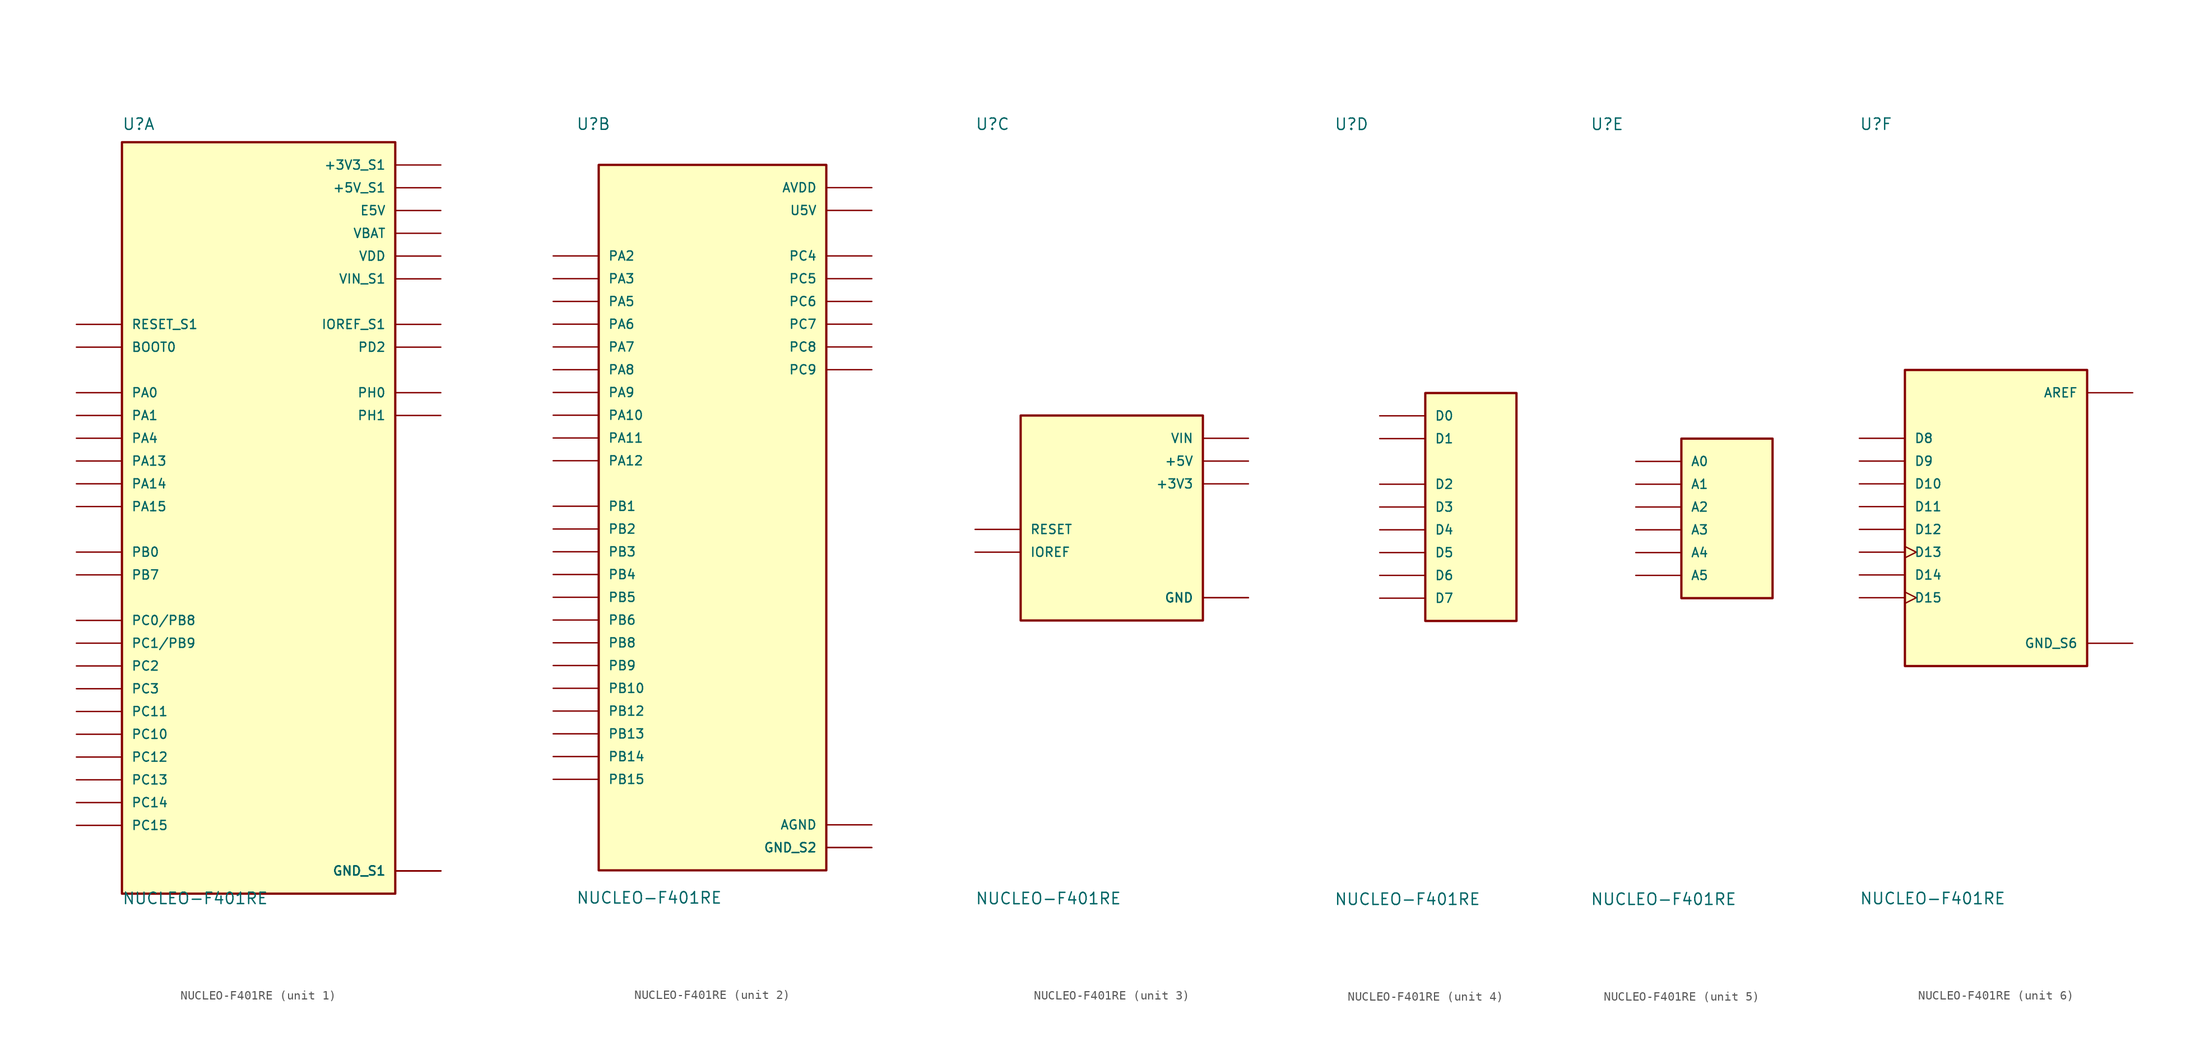
<source format=kicad_sym>
(kicad_symbol_lib
  (version 20231120)
  (generator "kicad_symbol_editor")
  (generator_version "8.0")
  (symbol "NUCLEO-F401RE"
    (pin_numbers hide)
    (pin_names
      (offset 1.016))
    (property "Reference" "U"
      (at -15.24 41.91 0)
      (effects (font (size 1.27 1.27)) (justify left bottom)))
    (property "Value" "NUCLEO-F401RE"
      (at -15.24 -44.45 0)
      (effects (font (size 1.27 1.27)) (justify left bottom)))
    (property "ki_locked" ""
      (at 0 0 0)
      (effects (font (size 1.27 1.27))))
    (symbol "NUCLEO-F401RE_1_0"
      (rectangle (start -15.24 -43.18) (end 15.24 40.64) (stroke (width 0.254) (type default)) (fill (type background)))
      (pin bidirectional line (at -20.32 -25.4 0) (length 5.08) (name "PC10" (effects (font (size 1.016 1.016)))) (number "CN7_1" (effects (font (size 1.016 1.016)))))
      (pin bidirectional line (at 20.32 20.32 180) (length 5.08) (name "IOREF_S1" (effects (font (size 1.016 1.016)))) (number "CN7_12" (effects (font (size 1.016 1.016)))))
      (pin bidirectional line (at -20.32 5.08 0) (length 5.08) (name "PA13" (effects (font (size 1.016 1.016)))) (number "CN7_13" (effects (font (size 1.016 1.016)))))
      (pin bidirectional line (at -20.32 20.32 0) (length 5.08) (name "RESET_S1" (effects (font (size 1.016 1.016)))) (number "CN7_14" (effects (font (size 1.016 1.016)))))
      (pin bidirectional line (at -20.32 2.54 0) (length 5.08) (name "PA14" (effects (font (size 1.016 1.016)))) (number "CN7_15" (effects (font (size 1.016 1.016)))))
      (pin power_in line (at 20.32 38.1 180) (length 5.08) (name "+3V3_S1" (effects (font (size 1.016 1.016)))) (number "CN7_16" (effects (font (size 1.016 1.016)))))
      (pin bidirectional line (at -20.32 0 0) (length 5.08) (name "PA15" (effects (font (size 1.016 1.016)))) (number "CN7_17" (effects (font (size 1.016 1.016)))))
      (pin power_in line (at 20.32 35.56 180) (length 5.08) (name "+5V_S1" (effects (font (size 1.016 1.016)))) (number "CN7_18" (effects (font (size 1.016 1.016)))))
      (pin power_in line (at 20.32 -40.64 180) (length 5.08) (name "GND_S1" (effects (font (size 1.016 1.016)))) (number "CN7_19" (effects (font (size 1.016 1.016)))))
      (pin bidirectional line (at -20.32 -22.86 0) (length 5.08) (name "PC11" (effects (font (size 1.016 1.016)))) (number "CN7_2" (effects (font (size 1.016 1.016)))))
      (pin power_in line (at 20.32 -40.64 180) (length 5.08) (name "GND_S1" (effects (font (size 1.016 1.016)))) (number "CN7_20" (effects (font (size 1.016 1.016)))))
      (pin bidirectional line (at -20.32 -7.62 0) (length 5.08) (name "PB7" (effects (font (size 1.016 1.016)))) (number "CN7_21" (effects (font (size 1.016 1.016)))))
      (pin power_in line (at 20.32 -40.64 180) (length 5.08) (name "GND_S1" (effects (font (size 1.016 1.016)))) (number "CN7_22" (effects (font (size 1.016 1.016)))))
      (pin bidirectional line (at -20.32 -30.48 0) (length 5.08) (name "PC13" (effects (font (size 1.016 1.016)))) (number "CN7_23" (effects (font (size 1.016 1.016)))))
      (pin power_in line (at 20.32 25.4 180) (length 5.08) (name "VIN_S1" (effects (font (size 1.016 1.016)))) (number "CN7_24" (effects (font (size 1.016 1.016)))))
      (pin bidirectional line (at -20.32 -33.02 0) (length 5.08) (name "PC14" (effects (font (size 1.016 1.016)))) (number "CN7_25" (effects (font (size 1.016 1.016)))))
      (pin bidirectional line (at -20.32 -35.56 0) (length 5.08) (name "PC15" (effects (font (size 1.016 1.016)))) (number "CN7_27" (effects (font (size 1.016 1.016)))))
      (pin bidirectional line (at -20.32 12.7 0) (length 5.08) (name "PA0" (effects (font (size 1.016 1.016)))) (number "CN7_28" (effects (font (size 1.016 1.016)))))
      (pin bidirectional line (at 20.32 12.7 180) (length 5.08) (name "PH0" (effects (font (size 1.016 1.016)))) (number "CN7_29" (effects (font (size 1.016 1.016)))))
      (pin bidirectional line (at -20.32 -27.94 0) (length 5.08) (name "PC12" (effects (font (size 1.016 1.016)))) (number "CN7_3" (effects (font (size 1.016 1.016)))))
      (pin bidirectional line (at -20.32 10.16 0) (length 5.08) (name "PA1" (effects (font (size 1.016 1.016)))) (number "CN7_30" (effects (font (size 1.016 1.016)))))
      (pin bidirectional line (at 20.32 10.16 180) (length 5.08) (name "PH1" (effects (font (size 1.016 1.016)))) (number "CN7_31" (effects (font (size 1.016 1.016)))))
      (pin bidirectional line (at -20.32 7.62 0) (length 5.08) (name "PA4" (effects (font (size 1.016 1.016)))) (number "CN7_32" (effects (font (size 1.016 1.016)))))
      (pin power_in line (at 20.32 30.48 180) (length 5.08) (name "VBAT" (effects (font (size 1.016 1.016)))) (number "CN7_33" (effects (font (size 1.016 1.016)))))
      (pin bidirectional line (at -20.32 -5.08 0) (length 5.08) (name "PB0" (effects (font (size 1.016 1.016)))) (number "CN7_34" (effects (font (size 1.016 1.016)))))
      (pin bidirectional line (at -20.32 -17.78 0) (length 5.08) (name "PC2" (effects (font (size 1.016 1.016)))) (number "CN7_35" (effects (font (size 1.016 1.016)))))
      (pin bidirectional line (at -20.32 -15.24 0) (length 5.08) (name "PC1/PB9" (effects (font (size 1.016 1.016)))) (number "CN7_36" (effects (font (size 1.016 1.016)))))
      (pin bidirectional line (at -20.32 -20.32 0) (length 5.08) (name "PC3" (effects (font (size 1.016 1.016)))) (number "CN7_37" (effects (font (size 1.016 1.016)))))
      (pin bidirectional line (at -20.32 -12.7 0) (length 5.08) (name "PC0/PB8" (effects (font (size 1.016 1.016)))) (number "CN7_38" (effects (font (size 1.016 1.016)))))
      (pin bidirectional line (at 20.32 17.78 180) (length 5.08) (name "PD2" (effects (font (size 1.016 1.016)))) (number "CN7_4" (effects (font (size 1.016 1.016)))))
      (pin power_in line (at 20.32 27.94 180) (length 5.08) (name "VDD" (effects (font (size 1.016 1.016)))) (number "CN7_5" (effects (font (size 1.016 1.016)))))
      (pin power_in line (at 20.32 33.02 180) (length 5.08) (name "E5V" (effects (font (size 1.016 1.016)))) (number "CN7_6" (effects (font (size 1.016 1.016)))))
      (pin bidirectional line (at -20.32 17.78 0) (length 5.08) (name "BOOT0" (effects (font (size 1.016 1.016)))) (number "CN7_7" (effects (font (size 1.016 1.016)))))
      (pin power_in line (at 20.32 -40.64 180) (length 5.08) (name "GND_S1" (effects (font (size 1.016 1.016)))) (number "CN7_8" (effects (font (size 1.016 1.016))))))
    (symbol "NUCLEO-F401RE_2_0"
      (rectangle (start -12.7 -40.64) (end 12.7 38.1) (stroke (width 0.254) (type default)) (fill (type background)))
      (pin bidirectional line (at 17.78 15.24 180) (length 5.08) (name "PC9" (effects (font (size 1.016 1.016)))) (number "CN10_1" (effects (font (size 1.016 1.016)))))
      (pin bidirectional line (at -17.78 22.86 0) (length 5.08) (name "PA5" (effects (font (size 1.016 1.016)))) (number "CN10_11" (effects (font (size 1.016 1.016)))))
      (pin bidirectional line (at -17.78 5.08 0) (length 5.08) (name "PA12" (effects (font (size 1.016 1.016)))) (number "CN10_12" (effects (font (size 1.016 1.016)))))
      (pin bidirectional line (at -17.78 20.32 0) (length 5.08) (name "PA6" (effects (font (size 1.016 1.016)))) (number "CN10_13" (effects (font (size 1.016 1.016)))))
      (pin bidirectional line (at -17.78 7.62 0) (length 5.08) (name "PA11" (effects (font (size 1.016 1.016)))) (number "CN10_14" (effects (font (size 1.016 1.016)))))
      (pin bidirectional line (at -17.78 17.78 0) (length 5.08) (name "PA7" (effects (font (size 1.016 1.016)))) (number "CN10_15" (effects (font (size 1.016 1.016)))))
      (pin bidirectional line (at -17.78 -22.86 0) (length 5.08) (name "PB12" (effects (font (size 1.016 1.016)))) (number "CN10_16" (effects (font (size 1.016 1.016)))))
      (pin bidirectional line (at -17.78 -12.7 0) (length 5.08) (name "PB6" (effects (font (size 1.016 1.016)))) (number "CN10_17" (effects (font (size 1.016 1.016)))))
      (pin bidirectional line (at 17.78 20.32 180) (length 5.08) (name "PC7" (effects (font (size 1.016 1.016)))) (number "CN10_19" (effects (font (size 1.016 1.016)))))
      (pin bidirectional line (at 17.78 17.78 180) (length 5.08) (name "PC8" (effects (font (size 1.016 1.016)))) (number "CN10_2" (effects (font (size 1.016 1.016)))))
      (pin power_in line (at 17.78 -38.1 180) (length 5.08) (name "GND_S2" (effects (font (size 1.016 1.016)))) (number "CN10_20" (effects (font (size 1.016 1.016)))))
      (pin bidirectional line (at -17.78 12.7 0) (length 5.08) (name "PA9" (effects (font (size 1.016 1.016)))) (number "CN10_21" (effects (font (size 1.016 1.016)))))
      (pin bidirectional line (at -17.78 -2.54 0) (length 5.08) (name "PB2" (effects (font (size 1.016 1.016)))) (number "CN10_22" (effects (font (size 1.016 1.016)))))
      (pin bidirectional line (at -17.78 15.24 0) (length 5.08) (name "PA8" (effects (font (size 1.016 1.016)))) (number "CN10_23" (effects (font (size 1.016 1.016)))))
      (pin bidirectional line (at -17.78 0 0) (length 5.08) (name "PB1" (effects (font (size 1.016 1.016)))) (number "CN10_24" (effects (font (size 1.016 1.016)))))
      (pin bidirectional line (at -17.78 -20.32 0) (length 5.08) (name "PB10" (effects (font (size 1.016 1.016)))) (number "CN10_25" (effects (font (size 1.016 1.016)))))
      (pin bidirectional line (at -17.78 -30.48 0) (length 5.08) (name "PB15" (effects (font (size 1.016 1.016)))) (number "CN10_26" (effects (font (size 1.016 1.016)))))
      (pin bidirectional line (at -17.78 -7.62 0) (length 5.08) (name "PB4" (effects (font (size 1.016 1.016)))) (number "CN10_27" (effects (font (size 1.016 1.016)))))
      (pin bidirectional line (at -17.78 -27.94 0) (length 5.08) (name "PB14" (effects (font (size 1.016 1.016)))) (number "CN10_28" (effects (font (size 1.016 1.016)))))
      (pin bidirectional line (at -17.78 -10.16 0) (length 5.08) (name "PB5" (effects (font (size 1.016 1.016)))) (number "CN10_29" (effects (font (size 1.016 1.016)))))
      (pin bidirectional line (at -17.78 -15.24 0) (length 5.08) (name "PB8" (effects (font (size 1.016 1.016)))) (number "CN10_3" (effects (font (size 1.016 1.016)))))
      (pin bidirectional line (at -17.78 -25.4 0) (length 5.08) (name "PB13" (effects (font (size 1.016 1.016)))) (number "CN10_30" (effects (font (size 1.016 1.016)))))
      (pin bidirectional line (at -17.78 -5.08 0) (length 5.08) (name "PB3" (effects (font (size 1.016 1.016)))) (number "CN10_31" (effects (font (size 1.016 1.016)))))
      (pin power_in line (at 17.78 -35.56 180) (length 5.08) (name "AGND" (effects (font (size 1.016 1.016)))) (number "CN10_32" (effects (font (size 1.016 1.016)))))
      (pin bidirectional line (at -17.78 10.16 0) (length 5.08) (name "PA10" (effects (font (size 1.016 1.016)))) (number "CN10_33" (effects (font (size 1.016 1.016)))))
      (pin bidirectional line (at 17.78 27.94 180) (length 5.08) (name "PC4" (effects (font (size 1.016 1.016)))) (number "CN10_34" (effects (font (size 1.016 1.016)))))
      (pin bidirectional line (at -17.78 27.94 0) (length 5.08) (name "PA2" (effects (font (size 1.016 1.016)))) (number "CN10_35" (effects (font (size 1.016 1.016)))))
      (pin bidirectional line (at -17.78 25.4 0) (length 5.08) (name "PA3" (effects (font (size 1.016 1.016)))) (number "CN10_37" (effects (font (size 1.016 1.016)))))
      (pin bidirectional line (at 17.78 22.86 180) (length 5.08) (name "PC6" (effects (font (size 1.016 1.016)))) (number "CN10_4" (effects (font (size 1.016 1.016)))))
      (pin bidirectional line (at -17.78 -17.78 0) (length 5.08) (name "PB9" (effects (font (size 1.016 1.016)))) (number "CN10_5" (effects (font (size 1.016 1.016)))))
      (pin bidirectional line (at 17.78 25.4 180) (length 5.08) (name "PC5" (effects (font (size 1.016 1.016)))) (number "CN10_6" (effects (font (size 1.016 1.016)))))
      (pin power_in line (at 17.78 35.56 180) (length 5.08) (name "AVDD" (effects (font (size 1.016 1.016)))) (number "CN10_7" (effects (font (size 1.016 1.016)))))
      (pin power_in line (at 17.78 33.02 180) (length 5.08) (name "U5V" (effects (font (size 1.016 1.016)))) (number "CN10_8" (effects (font (size 1.016 1.016)))))
      (pin power_in line (at 17.78 -38.1 180) (length 5.08) (name "GND_S2" (effects (font (size 1.016 1.016)))) (number "CN10_9" (effects (font (size 1.016 1.016))))))
    (symbol "NUCLEO-F401RE_3_0"
      (rectangle (start -10.16 -12.7) (end 10.16 10.16) (stroke (width 0.254) (type default)) (fill (type background)))
      (pin bidirectional line (at -15.24 -5.08 0) (length 5.08) (name "IOREF" (effects (font (size 1.016 1.016)))) (number "CN6_2" (effects (font (size 1.016 1.016)))))
      (pin bidirectional line (at -15.24 -2.54 0) (length 5.08) (name "RESET" (effects (font (size 1.016 1.016)))) (number "CN6_3" (effects (font (size 1.016 1.016)))))
      (pin power_in line (at 15.24 2.54 180) (length 5.08) (name "+3V3" (effects (font (size 1.016 1.016)))) (number "CN6_4" (effects (font (size 1.016 1.016)))))
      (pin power_in line (at 15.24 5.08 180) (length 5.08) (name "+5V" (effects (font (size 1.016 1.016)))) (number "CN6_5" (effects (font (size 1.016 1.016)))))
      (pin power_in line (at 15.24 -10.16 180) (length 5.08) (name "GND" (effects (font (size 1.016 1.016)))) (number "CN6_6" (effects (font (size 1.016 1.016)))))
      (pin power_in line (at 15.24 -10.16 180) (length 5.08) (name "GND" (effects (font (size 1.016 1.016)))) (number "CN6_7" (effects (font (size 1.016 1.016)))))
      (pin power_in line (at 15.24 7.62 180) (length 5.08) (name "VIN" (effects (font (size 1.016 1.016)))) (number "CN6_8" (effects (font (size 1.016 1.016))))))
    (symbol "NUCLEO-F401RE_4_0"
      (rectangle (start -5.08 -12.7) (end 5.08 12.7) (stroke (width 0.254) (type default)) (fill (type background)))
      (pin input line (at -10.16 10.16 0) (length 5.08) (name "D0" (effects (font (size 1.016 1.016)))) (number "CN9_1" (effects (font (size 1.016 1.016)))))
      (pin output line (at -10.16 7.62 0) (length 5.08) (name "D1" (effects (font (size 1.016 1.016)))) (number "CN9_2" (effects (font (size 1.016 1.016)))))
      (pin bidirectional line (at -10.16 2.54 0) (length 5.08) (name "D2" (effects (font (size 1.016 1.016)))) (number "CN9_3" (effects (font (size 1.016 1.016)))))
      (pin bidirectional line (at -10.16 0 0) (length 5.08) (name "D3" (effects (font (size 1.016 1.016)))) (number "CN9_4" (effects (font (size 1.016 1.016)))))
      (pin bidirectional line (at -10.16 -2.54 0) (length 5.08) (name "D4" (effects (font (size 1.016 1.016)))) (number "CN9_5" (effects (font (size 1.016 1.016)))))
      (pin bidirectional line (at -10.16 -5.08 0) (length 5.08) (name "D5" (effects (font (size 1.016 1.016)))) (number "CN9_6" (effects (font (size 1.016 1.016)))))
      (pin bidirectional line (at -10.16 -7.62 0) (length 5.08) (name "D6" (effects (font (size 1.016 1.016)))) (number "CN9_7" (effects (font (size 1.016 1.016)))))
      (pin bidirectional line (at -10.16 -10.16 0) (length 5.08) (name "D7" (effects (font (size 1.016 1.016)))) (number "CN9_8" (effects (font (size 1.016 1.016))))))
    (symbol "NUCLEO-F401RE_5_0"
      (rectangle (start -5.08 -10.16) (end 5.08 7.62) (stroke (width 0.254) (type default)) (fill (type background)))
      (pin input line (at -10.16 5.08 0) (length 5.08) (name "A0" (effects (font (size 1.016 1.016)))) (number "CN8_1" (effects (font (size 1.016 1.016)))))
      (pin input line (at -10.16 2.54 0) (length 5.08) (name "A1" (effects (font (size 1.016 1.016)))) (number "CN8_2" (effects (font (size 1.016 1.016)))))
      (pin input line (at -10.16 0 0) (length 5.08) (name "A2" (effects (font (size 1.016 1.016)))) (number "CN8_3" (effects (font (size 1.016 1.016)))))
      (pin input line (at -10.16 -2.54 0) (length 5.08) (name "A3" (effects (font (size 1.016 1.016)))) (number "CN8_4" (effects (font (size 1.016 1.016)))))
      (pin input line (at -10.16 -5.08 0) (length 5.08) (name "A4" (effects (font (size 1.016 1.016)))) (number "CN8_5" (effects (font (size 1.016 1.016)))))
      (pin input line (at -10.16 -7.62 0) (length 5.08) (name "A5" (effects (font (size 1.016 1.016)))) (number "CN8_6" (effects (font (size 1.016 1.016))))))
    (symbol "NUCLEO-F401RE_6_0"
      (rectangle (start -10.16 -17.78) (end 10.16 15.24) (stroke (width 0.254) (type default)) (fill (type background)))
      (pin bidirectional line (at -15.24 7.62 0) (length 5.08) (name "D8" (effects (font (size 1.016 1.016)))) (number "CN5_1" (effects (font (size 1.016 1.016)))))
      (pin bidirectional clock (at -15.24 -10.16 0) (length 5.08) (name "D15" (effects (font (size 1.016 1.016)))) (number "CN5_10" (effects (font (size 1.016 1.016)))))
      (pin bidirectional line (at -15.24 5.08 0) (length 5.08) (name "D9" (effects (font (size 1.016 1.016)))) (number "CN5_2" (effects (font (size 1.016 1.016)))))
      (pin bidirectional line (at -15.24 2.54 0) (length 5.08) (name "D10" (effects (font (size 1.016 1.016)))) (number "CN5_3" (effects (font (size 1.016 1.016)))))
      (pin bidirectional line (at -15.24 0 0) (length 5.08) (name "D11" (effects (font (size 1.016 1.016)))) (number "CN5_4" (effects (font (size 1.016 1.016)))))
      (pin bidirectional line (at -15.24 -2.54 0) (length 5.08) (name "D12" (effects (font (size 1.016 1.016)))) (number "CN5_5" (effects (font (size 1.016 1.016)))))
      (pin bidirectional clock (at -15.24 -5.08 0) (length 5.08) (name "D13" (effects (font (size 1.016 1.016)))) (number "CN5_6" (effects (font (size 1.016 1.016)))))
      (pin power_in line (at 15.24 -15.24 180) (length 5.08) (name "GND_S6" (effects (font (size 1.016 1.016)))) (number "CN5_7" (effects (font (size 1.016 1.016)))))
      (pin power_in line (at 15.24 12.7 180) (length 5.08) (name "AREF" (effects (font (size 1.016 1.016)))) (number "CN5_8" (effects (font (size 1.016 1.016)))))
      (pin bidirectional line (at -15.24 -7.62 0) (length 5.08) (name "D14" (effects (font (size 1.016 1.016)))) (number "CN5_9" (effects (font (size 1.016 1.016))))))))
</source>
